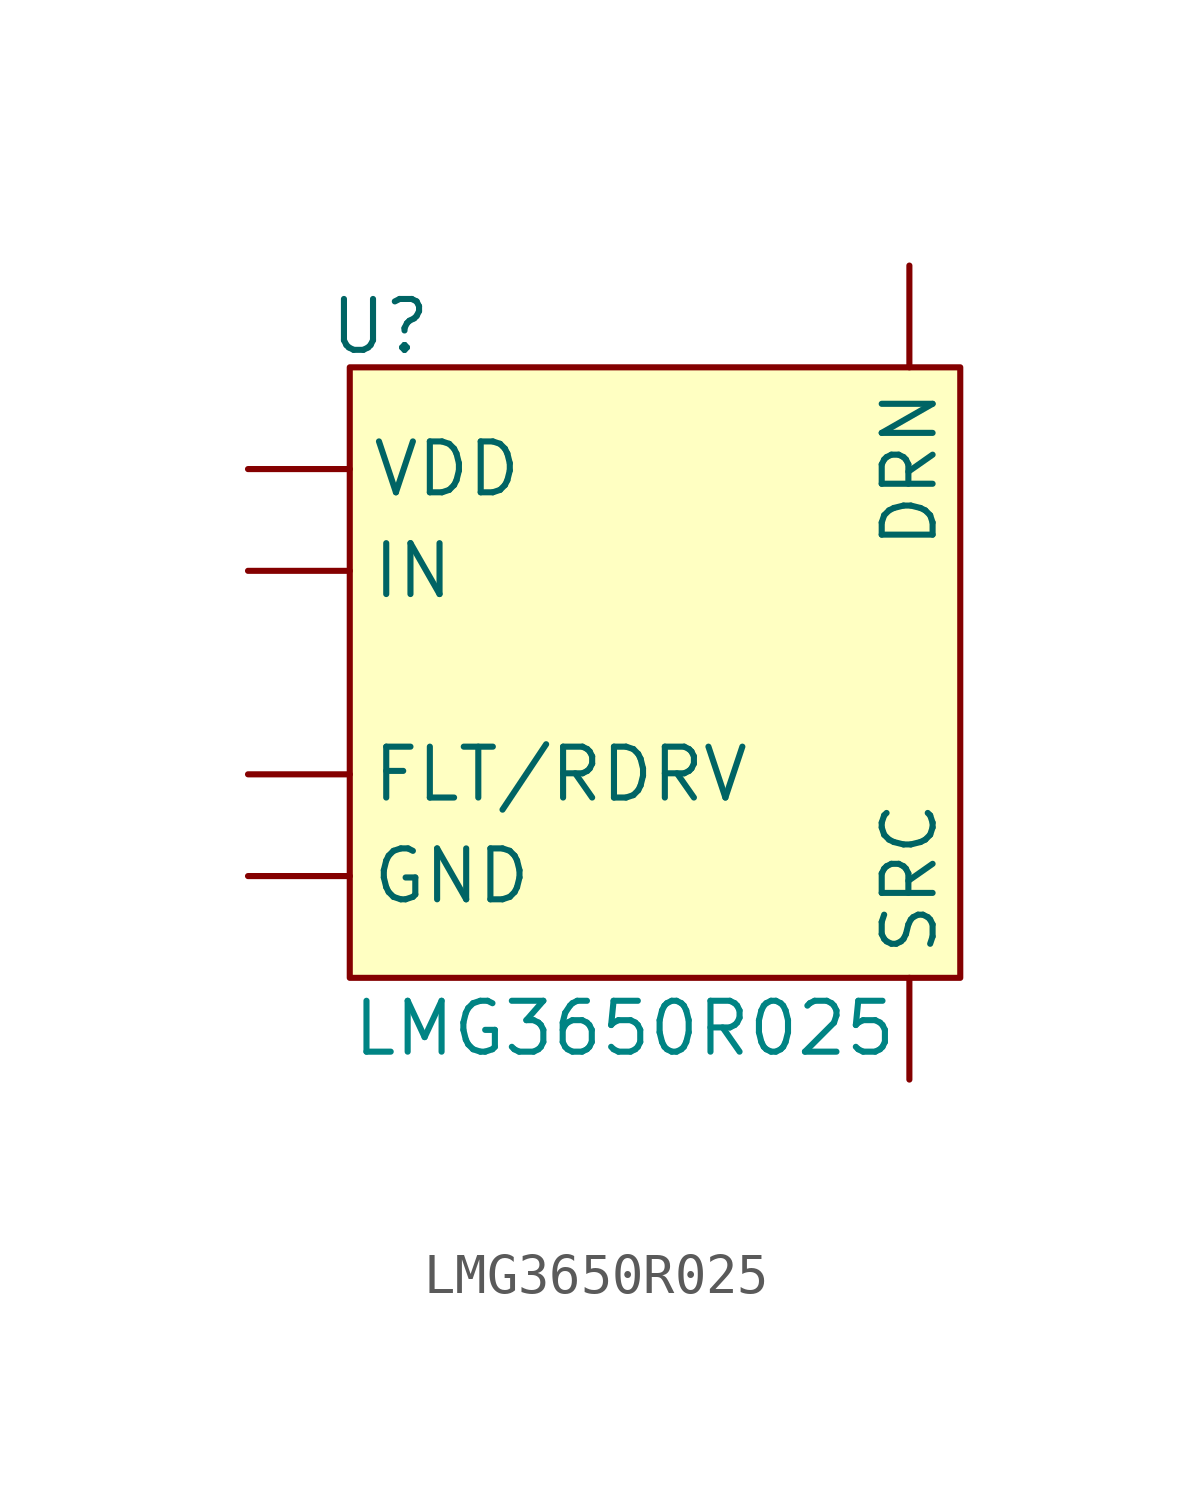
<source format=kicad_sym>
(kicad_symbol_lib
  (version 20241209)
  (generator "kicad_symbol_editor")
  (generator_version "9.0")
  (symbol "LMG3650R025"
    (property "Reference" "U"
      (at 0.762 8.636 0)
      (effects (font (size 1.27 1.27))))
    (property "Value" ""
      (at 0 0 0)
      (effects (font (size 1.27 1.27))))
    (symbol "LMG3650R025_1_1"
      (rectangle (start 0 7.62) (end 15.24 -7.62) (stroke (width 0) (type solid)) (fill (type background)))
      (text "LMG3650R025\n\n" (at 6.858 -9.906 0) (effects (font (size 1.27 1.27) (color 0 132 132 1))))
      (pin input line (at -2.54 5.08 0) (length 2.54) (name "VDD" (effects (font (size 1.27 1.27)))) (number "" (effects (font (size 1.27 1.27)))))
      (pin input line (at -2.54 2.54 0) (length 2.54) (name "IN" (effects (font (size 1.27 1.27)))) (number "" (effects (font (size 1.27 1.27)))))
      (pin input line (at -2.54 -2.54 0) (length 2.54) (name "FLT/RDRV" (effects (font (size 1.27 1.27)))) (number "" (effects (font (size 1.27 1.27)))))
      (pin input line (at -2.54 -5.08 0) (length 2.54) (name "GND" (effects (font (size 1.27 1.27)))) (number "" (effects (font (size 1.27 1.27)))))
      (pin input line (at 13.97 10.16 270) (length 2.54) (name "DRN" (effects (font (size 1.27 1.27)))) (number "" (effects (font (size 1.27 1.27)))))
      (pin input line (at 13.97 -10.16 90) (length 2.54) (name "SRC" (effects (font (size 1.27 1.27)))) (number "" (effects (font (size 1.27 1.27))))))))
</source>
